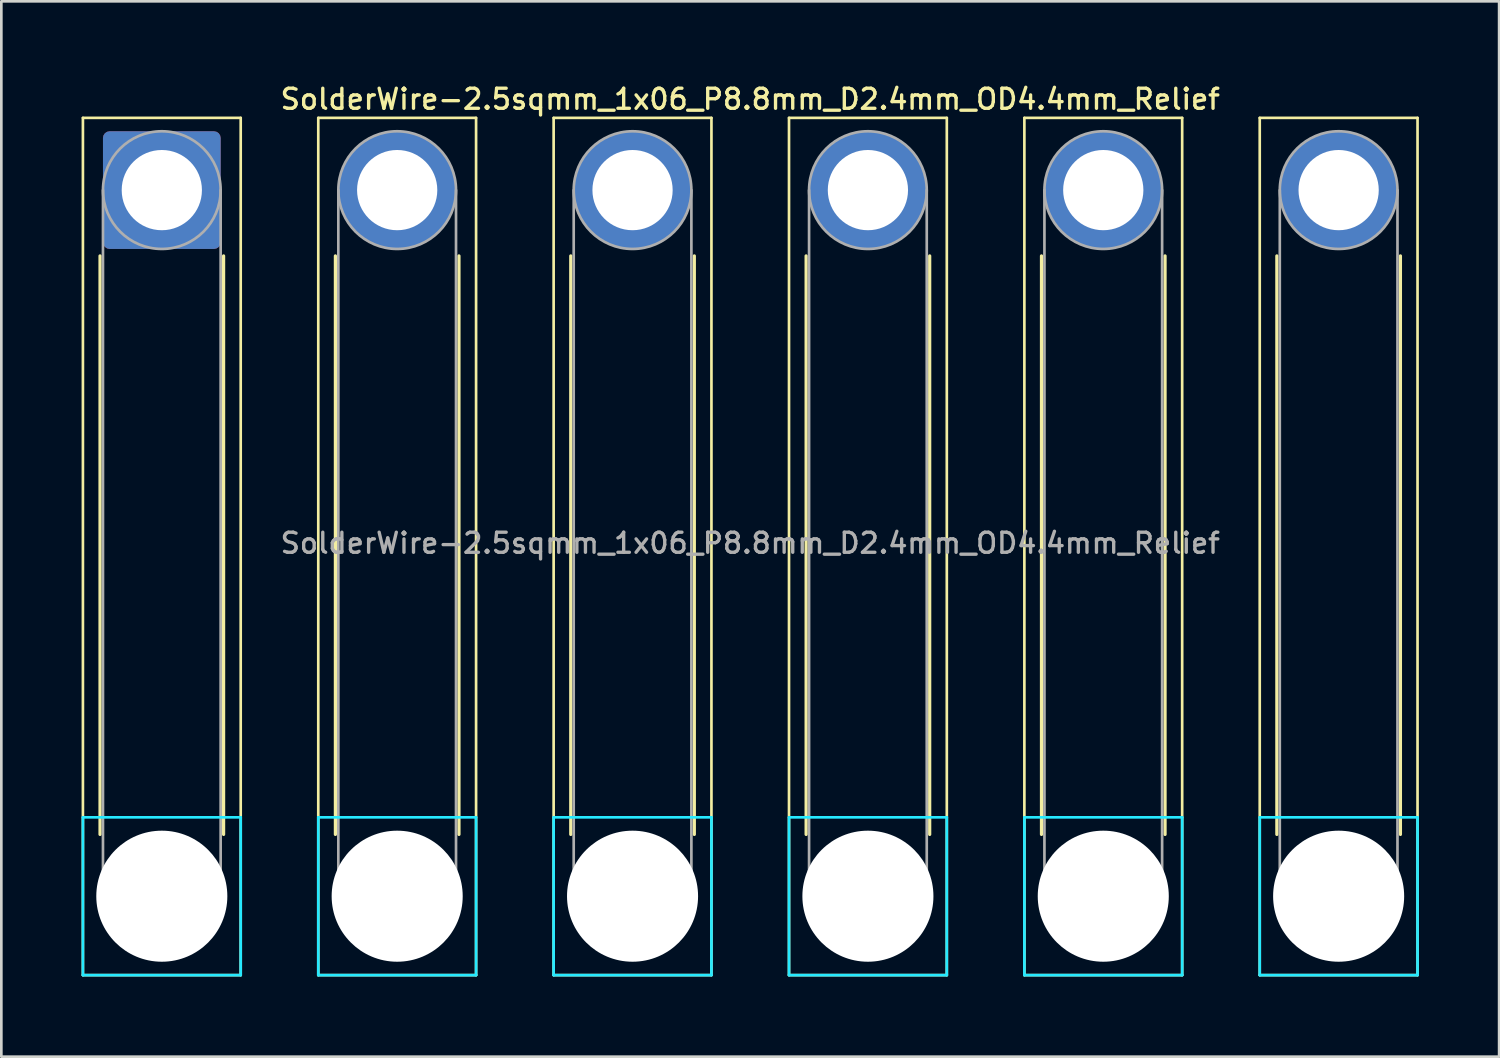
<source format=kicad_pcb>
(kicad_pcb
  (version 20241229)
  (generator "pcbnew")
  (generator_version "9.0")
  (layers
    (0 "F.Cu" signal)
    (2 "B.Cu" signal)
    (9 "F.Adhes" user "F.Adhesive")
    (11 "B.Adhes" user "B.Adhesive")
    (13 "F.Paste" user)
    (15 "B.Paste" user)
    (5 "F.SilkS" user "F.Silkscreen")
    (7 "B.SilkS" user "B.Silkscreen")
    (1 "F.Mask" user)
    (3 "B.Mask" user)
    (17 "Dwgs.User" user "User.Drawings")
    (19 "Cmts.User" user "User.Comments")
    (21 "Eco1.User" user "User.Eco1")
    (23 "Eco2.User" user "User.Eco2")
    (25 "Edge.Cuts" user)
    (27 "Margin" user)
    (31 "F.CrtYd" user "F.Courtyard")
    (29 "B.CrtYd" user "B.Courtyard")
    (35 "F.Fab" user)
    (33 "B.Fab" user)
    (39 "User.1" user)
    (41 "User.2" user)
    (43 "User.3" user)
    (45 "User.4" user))
  (footprint "SolderWire-2.5sqmm_1x06_P8.8mm_D2.4mm_OD4.4mm_Relief"
    (layer "F.Cu")
    (at 3 4.058)
    (property "Reference" "SolderWire-2.5sqmm_1x06_P8.8mm_D2.4mm_OD4.4mm_Relief" (at 22 -3.4 0) (layer "F.SilkS") (effects (font (size 0.75 0.75) (thickness 0.125))))
    (attr exclude_from_pos_files exclude_from_bom)
    (fp_line (start -2.95 -2.7) (end -2.95 29.35) (stroke (width 0.1) (type solid)) (layer "F.SilkS"))
    (fp_line (start -2.95 29.35) (end 2.95 29.35) (stroke (width 0.1) (type solid)) (layer "F.SilkS"))
    (fp_line (start -2.31 2.46) (end -2.31 24.09) (stroke (width 0.12) (type solid)) (layer "F.SilkS"))
    (fp_line (start 2.31 2.46) (end 2.31 24.09) (stroke (width 0.12) (type solid)) (layer "F.SilkS"))
    (fp_line (start 2.95 -2.7) (end -2.95 -2.7) (stroke (width 0.1) (type solid)) (layer "F.SilkS"))
    (fp_line (start 2.95 29.35) (end 2.95 -2.7) (stroke (width 0.1) (type solid)) (layer "F.SilkS"))
    (fp_line (start 5.85 -2.7) (end 5.85 29.35) (stroke (width 0.1) (type solid)) (layer "F.SilkS"))
    (fp_line (start 5.85 29.35) (end 11.75 29.35) (stroke (width 0.1) (type solid)) (layer "F.SilkS"))
    (fp_line (start 6.49 2.46) (end 6.49 24.09) (stroke (width 0.12) (type solid)) (layer "F.SilkS"))
    (fp_line (start 11.11 2.46) (end 11.11 24.09) (stroke (width 0.12) (type solid)) (layer "F.SilkS"))
    (fp_line (start 11.75 -2.7) (end 5.85 -2.7) (stroke (width 0.1) (type solid)) (layer "F.SilkS"))
    (fp_line (start 11.75 29.35) (end 11.75 -2.7) (stroke (width 0.1) (type solid)) (layer "F.SilkS"))
    (fp_line (start 14.65 -2.7) (end 14.65 29.35) (stroke (width 0.1) (type solid)) (layer "F.SilkS"))
    (fp_line (start 14.65 29.35) (end 20.55 29.35) (stroke (width 0.1) (type solid)) (layer "F.SilkS"))
    (fp_line (start 15.29 2.46) (end 15.29 24.09) (stroke (width 0.12) (type solid)) (layer "F.SilkS"))
    (fp_line (start 19.91 2.46) (end 19.91 24.09) (stroke (width 0.12) (type solid)) (layer "F.SilkS"))
    (fp_line (start 20.55 -2.7) (end 14.65 -2.7) (stroke (width 0.1) (type solid)) (layer "F.SilkS"))
    (fp_line (start 20.55 29.35) (end 20.55 -2.7) (stroke (width 0.1) (type solid)) (layer "F.SilkS"))
    (fp_line (start 23.45 -2.7) (end 23.45 29.35) (stroke (width 0.1) (type solid)) (layer "F.SilkS"))
    (fp_line (start 23.45 29.35) (end 29.35 29.35) (stroke (width 0.1) (type solid)) (layer "F.SilkS"))
    (fp_line (start 24.09 2.46) (end 24.09 24.09) (stroke (width 0.12) (type solid)) (layer "F.SilkS"))
    (fp_line (start 28.71 2.46) (end 28.71 24.09) (stroke (width 0.12) (type solid)) (layer "F.SilkS"))
    (fp_line (start 29.35 -2.7) (end 23.45 -2.7) (stroke (width 0.1) (type solid)) (layer "F.SilkS"))
    (fp_line (start 29.35 29.35) (end 29.35 -2.7) (stroke (width 0.1) (type solid)) (layer "F.SilkS"))
    (fp_line (start 32.25 -2.7) (end 32.25 29.35) (stroke (width 0.1) (type solid)) (layer "F.SilkS"))
    (fp_line (start 32.25 29.35) (end 38.15 29.35) (stroke (width 0.1) (type solid)) (layer "F.SilkS"))
    (fp_line (start 32.89 2.46) (end 32.89 24.09) (stroke (width 0.12) (type solid)) (layer "F.SilkS"))
    (fp_line (start 37.51 2.46) (end 37.51 24.09) (stroke (width 0.12) (type solid)) (layer "F.SilkS"))
    (fp_line (start 38.15 -2.7) (end 32.25 -2.7) (stroke (width 0.1) (type solid)) (layer "F.SilkS"))
    (fp_line (start 38.15 29.35) (end 38.15 -2.7) (stroke (width 0.1) (type solid)) (layer "F.SilkS"))
    (fp_line (start 41.05 -2.7) (end 41.05 29.35) (stroke (width 0.1) (type solid)) (layer "F.SilkS"))
    (fp_line (start 41.05 29.35) (end 46.95 29.35) (stroke (width 0.1) (type solid)) (layer "F.SilkS"))
    (fp_line (start 41.69 2.46) (end 41.69 24.09) (stroke (width 0.12) (type solid)) (layer "F.SilkS"))
    (fp_line (start 46.31 2.46) (end 46.31 24.09) (stroke (width 0.12) (type solid)) (layer "F.SilkS"))
    (fp_line (start 46.95 -2.7) (end 41.05 -2.7) (stroke (width 0.1) (type solid)) (layer "F.SilkS"))
    (fp_line (start 46.95 29.35) (end 46.95 -2.7) (stroke (width 0.1) (type solid)) (layer "F.SilkS"))
    (fp_line (start -2.95 23.45) (end -2.95 29.35) (stroke (width 0.1) (type solid)) (layer "B.CrtYd"))
    (fp_line (start -2.95 29.35) (end 2.95 29.35) (stroke (width 0.1) (type solid)) (layer "B.CrtYd"))
    (fp_line (start 2.95 23.45) (end -2.95 23.45) (stroke (width 0.1) (type solid)) (layer "B.CrtYd"))
    (fp_line (start 2.95 29.35) (end 2.95 23.45) (stroke (width 0.1) (type solid)) (layer "B.CrtYd"))
    (fp_line (start 5.85 23.45) (end 5.85 29.35) (stroke (width 0.1) (type solid)) (layer "B.CrtYd"))
    (fp_line (start 5.85 29.35) (end 11.75 29.35) (stroke (width 0.1) (type solid)) (layer "B.CrtYd"))
    (fp_line (start 11.75 23.45) (end 5.85 23.45) (stroke (width 0.1) (type solid)) (layer "B.CrtYd"))
    (fp_line (start 11.75 29.35) (end 11.75 23.45) (stroke (width 0.1) (type solid)) (layer "B.CrtYd"))
    (fp_line (start 14.65 23.45) (end 14.65 29.35) (stroke (width 0.1) (type solid)) (layer "B.CrtYd"))
    (fp_line (start 14.65 29.35) (end 20.55 29.35) (stroke (width 0.1) (type solid)) (layer "B.CrtYd"))
    (fp_line (start 20.55 23.45) (end 14.65 23.45) (stroke (width 0.1) (type solid)) (layer "B.CrtYd"))
    (fp_line (start 20.55 29.35) (end 20.55 23.45) (stroke (width 0.1) (type solid)) (layer "B.CrtYd"))
    (fp_line (start 23.45 23.45) (end 23.45 29.35) (stroke (width 0.1) (type solid)) (layer "B.CrtYd"))
    (fp_line (start 23.45 29.35) (end 29.35 29.35) (stroke (width 0.1) (type solid)) (layer "B.CrtYd"))
    (fp_line (start 29.35 23.45) (end 23.45 23.45) (stroke (width 0.1) (type solid)) (layer "B.CrtYd"))
    (fp_line (start 29.35 29.35) (end 29.35 23.45) (stroke (width 0.1) (type solid)) (layer "B.CrtYd"))
    (fp_line (start 32.25 23.45) (end 32.25 29.35) (stroke (width 0.1) (type solid)) (layer "B.CrtYd"))
    (fp_line (start 32.25 29.35) (end 38.15 29.35) (stroke (width 0.1) (type solid)) (layer "B.CrtYd"))
    (fp_line (start 38.15 23.45) (end 32.25 23.45) (stroke (width 0.1) (type solid)) (layer "B.CrtYd"))
    (fp_line (start 38.15 29.35) (end 38.15 23.45) (stroke (width 0.1) (type solid)) (layer "B.CrtYd"))
    (fp_line (start 41.05 23.45) (end 41.05 29.35) (stroke (width 0.1) (type solid)) (layer "B.CrtYd"))
    (fp_line (start 41.05 29.35) (end 46.95 29.35) (stroke (width 0.1) (type solid)) (layer "B.CrtYd"))
    (fp_line (start 46.95 23.45) (end 41.05 23.45) (stroke (width 0.1) (type solid)) (layer "B.CrtYd"))
    (fp_line (start 46.95 29.35) (end 46.95 23.45) (stroke (width 0.1) (type solid)) (layer "B.CrtYd"))
    (fp_line (start -2.2 0) (end -2.2 26.4) (stroke (width 0.1) (type solid)) (layer "F.Fab"))
    (fp_line (start 2.2 0) (end 2.2 26.4) (stroke (width 0.1) (type solid)) (layer "F.Fab"))
    (fp_line (start 6.6 0) (end 6.6 26.4) (stroke (width 0.1) (type solid)) (layer "F.Fab"))
    (fp_line (start 11 0) (end 11 26.4) (stroke (width 0.1) (type solid)) (layer "F.Fab"))
    (fp_line (start 15.4 0) (end 15.4 26.4) (stroke (width 0.1) (type solid)) (layer "F.Fab"))
    (fp_line (start 19.8 0) (end 19.8 26.4) (stroke (width 0.1) (type solid)) (layer "F.Fab"))
    (fp_line (start 24.2 0) (end 24.2 26.4) (stroke (width 0.1) (type solid)) (layer "F.Fab"))
    (fp_line (start 28.6 0) (end 28.6 26.4) (stroke (width 0.1) (type solid)) (layer "F.Fab"))
    (fp_line (start 33 0) (end 33 26.4) (stroke (width 0.1) (type solid)) (layer "F.Fab"))
    (fp_line (start 37.4 0) (end 37.4 26.4) (stroke (width 0.1) (type solid)) (layer "F.Fab"))
    (fp_line (start 41.8 0) (end 41.8 26.4) (stroke (width 0.1) (type solid)) (layer "F.Fab"))
    (fp_line (start 46.2 0) (end 46.2 26.4) (stroke (width 0.1) (type solid)) (layer "F.Fab"))
    (fp_circle (center 0 0) (end 2.2 0) (stroke (width 0.1) (type solid)) (fill no) (layer "F.Fab"))
    (fp_circle (center 0 26.4) (end 2.2 26.4) (stroke (width 0.1) (type solid)) (fill no) (layer "F.Fab"))
    (fp_circle (center 8.8 0) (end 11 0) (stroke (width 0.1) (type solid)) (fill no) (layer "F.Fab"))
    (fp_circle (center 8.8 26.4) (end 11 26.4) (stroke (width 0.1) (type solid)) (fill no) (layer "F.Fab"))
    (fp_circle (center 17.6 0) (end 19.8 0) (stroke (width 0.1) (type solid)) (fill no) (layer "F.Fab"))
    (fp_circle (center 17.6 26.4) (end 19.8 26.4) (stroke (width 0.1) (type solid)) (fill no) (layer "F.Fab"))
    (fp_circle (center 26.4 0) (end 28.6 0) (stroke (width 0.1) (type solid)) (fill no) (layer "F.Fab"))
    (fp_circle (center 26.4 26.4) (end 28.6 26.4) (stroke (width 0.1) (type solid)) (fill no) (layer "F.Fab"))
    (fp_circle (center 35.2 0) (end 37.4 0) (stroke (width 0.1) (type solid)) (fill no) (layer "F.Fab"))
    (fp_circle (center 35.2 26.4) (end 37.4 26.4) (stroke (width 0.1) (type solid)) (fill no) (layer "F.Fab"))
    (fp_circle (center 44 0) (end 46.2 0) (stroke (width 0.1) (type solid)) (fill no) (layer "F.Fab"))
    (fp_circle (center 44 26.4) (end 46.2 26.4) (stroke (width 0.1) (type solid)) (fill no) (layer "F.Fab"))
    (fp_text user "${REFERENCE}" (at 22 13.2 0) (layer "F.Fab") (effects (font (size 0.75 0.75) (thickness 0.125))))
    (pad "" np_thru_hole circle (at 0 26.4) (size 4.9 4.9) (drill 4.9) (layers "*.Cu" "*.Mask"))
    (pad "" np_thru_hole circle (at 8.8 26.4) (size 4.9 4.9) (drill 4.9) (layers "*.Cu" "*.Mask"))
    (pad "" np_thru_hole circle (at 17.6 26.4) (size 4.9 4.9) (drill 4.9) (layers "*.Cu" "*.Mask"))
    (pad "" np_thru_hole circle (at 26.4 26.4) (size 4.9 4.9) (drill 4.9) (layers "*.Cu" "*.Mask"))
    (pad "" np_thru_hole circle (at 35.2 26.4) (size 4.9 4.9) (drill 4.9) (layers "*.Cu" "*.Mask"))
    (pad "" np_thru_hole circle (at 44 26.4) (size 4.9 4.9) (drill 4.9) (layers "*.Cu" "*.Mask"))
    (pad "1" thru_hole roundrect (at 0 0) (size 4.4 4.4) (drill 3) (layers "*.Cu" "*.Mask") (roundrect_rratio 0.057))
    (pad "2" thru_hole circle (at 8.8 0) (size 4.4 4.4) (drill 3) (layers "*.Cu" "*.Mask"))
    (pad "3" thru_hole circle (at 17.6 0) (size 4.4 4.4) (drill 3) (layers "*.Cu" "*.Mask"))
    (pad "4" thru_hole circle (at 26.4 0) (size 4.4 4.4) (drill 3) (layers "*.Cu" "*.Mask"))
    (pad "5" thru_hole circle (at 35.2 0) (size 4.4 4.4) (drill 3) (layers "*.Cu" "*.Mask"))
    (pad "6" thru_hole circle (at 44 0) (size 4.4 4.4) (drill 3) (layers "*.Cu" "*.Mask")))
  (gr_rect
    (start -3 -3)
    (end 53 36.458)
    (stroke (width 0.1) (type default))
    (fill no)
    (layer "Edge.Cuts")))
</source>
